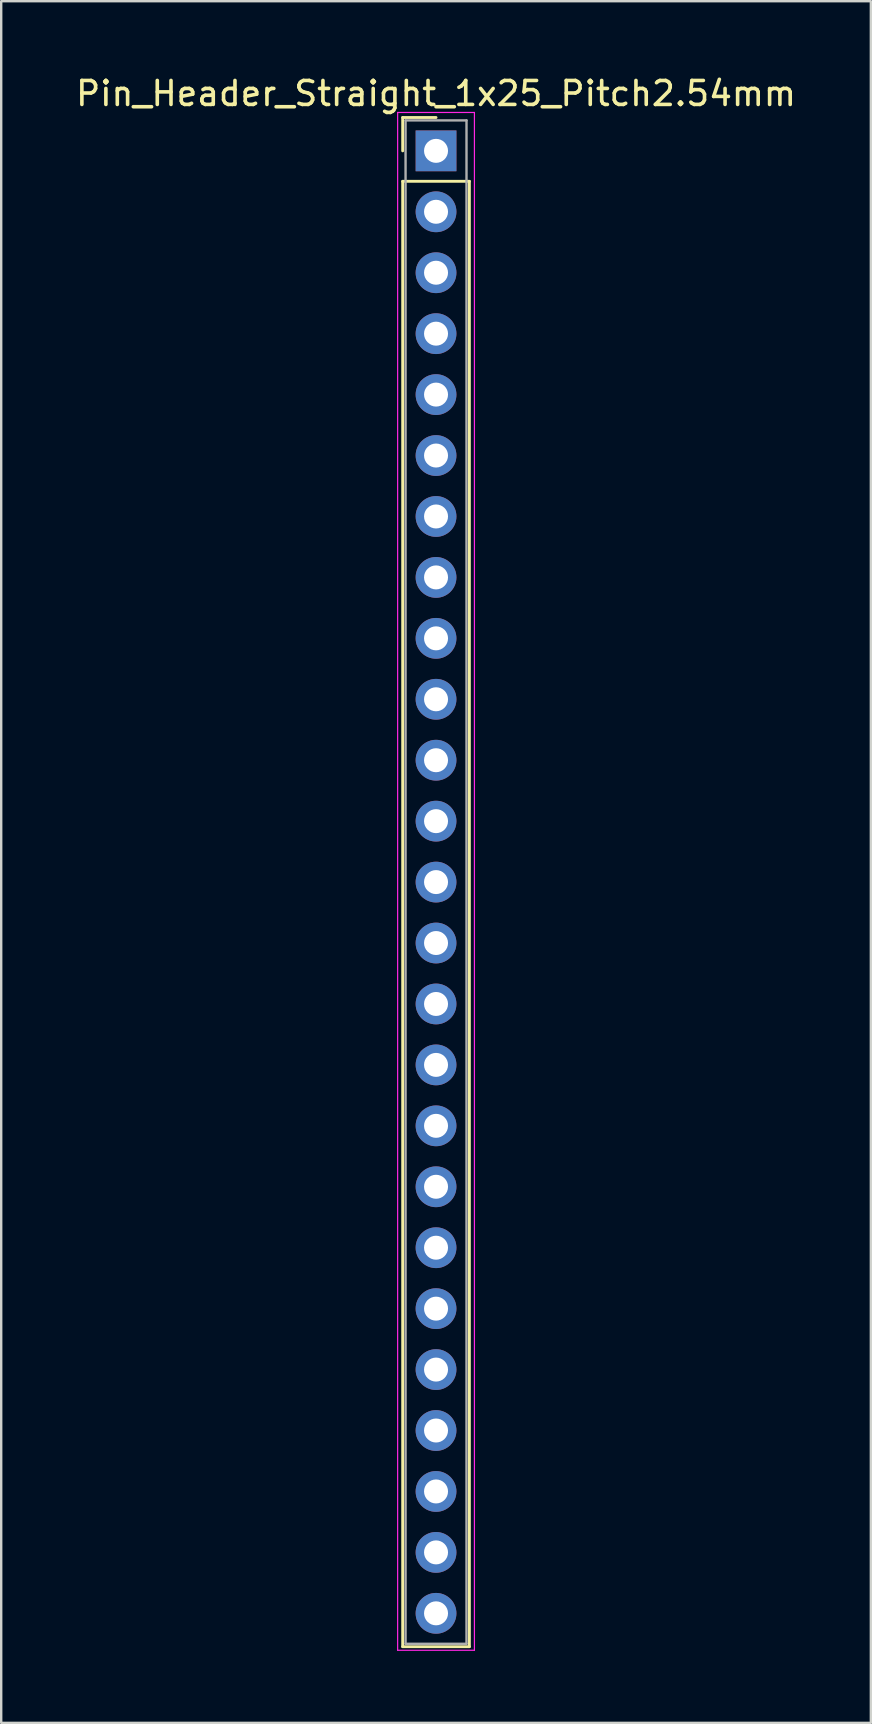
<source format=kicad_pcb>
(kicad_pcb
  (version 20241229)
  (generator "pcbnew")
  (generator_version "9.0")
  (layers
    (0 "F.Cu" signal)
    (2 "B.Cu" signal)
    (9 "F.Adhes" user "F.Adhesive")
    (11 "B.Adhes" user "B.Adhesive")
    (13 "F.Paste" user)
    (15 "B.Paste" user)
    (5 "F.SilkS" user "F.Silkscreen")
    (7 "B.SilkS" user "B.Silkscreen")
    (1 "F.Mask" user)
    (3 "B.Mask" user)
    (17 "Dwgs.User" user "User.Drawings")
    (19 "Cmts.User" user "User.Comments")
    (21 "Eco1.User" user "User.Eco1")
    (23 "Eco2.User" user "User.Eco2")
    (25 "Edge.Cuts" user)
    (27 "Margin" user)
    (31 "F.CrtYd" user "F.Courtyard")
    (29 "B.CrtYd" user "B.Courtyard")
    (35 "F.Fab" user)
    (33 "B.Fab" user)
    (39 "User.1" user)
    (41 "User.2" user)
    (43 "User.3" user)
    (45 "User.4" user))
  (footprint "Pin_Header_Straight_1x25_Pitch2.54mm"
    (layer "F.Cu")
    (at 15.125 3.238)
    (property "Reference" "Pin_Header_Straight_1x25_Pitch2.54mm" (at 0 -2.39 0) (layer "F.SilkS") (effects (font (size 1 1) (thickness 0.15))))
    (attr through_hole)
    (fp_line (start -1.39 -1.39) (end 0 -1.39) (stroke (width 0.12) (type solid)) (layer "F.SilkS"))
    (fp_line (start -1.39 0) (end -1.39 -1.39) (stroke (width 0.12) (type solid)) (layer "F.SilkS"))
    (fp_line (start -1.39 1.27) (end -1.39 62.35) (stroke (width 0.12) (type solid)) (layer "F.SilkS"))
    (fp_line (start -1.39 62.35) (end 1.39 62.35) (stroke (width 0.12) (type solid)) (layer "F.SilkS"))
    (fp_line (start 1.39 1.27) (end -1.39 1.27) (stroke (width 0.12) (type solid)) (layer "F.SilkS"))
    (fp_line (start 1.39 62.35) (end 1.39 1.27) (stroke (width 0.12) (type solid)) (layer "F.SilkS"))
    (fp_line (start -1.6 -1.6) (end -1.6 62.5) (stroke (width 0.05) (type solid)) (layer "F.CrtYd"))
    (fp_line (start -1.6 62.5) (end 1.6 62.5) (stroke (width 0.05) (type solid)) (layer "F.CrtYd"))
    (fp_line (start 1.6 -1.6) (end -1.6 -1.6) (stroke (width 0.05) (type solid)) (layer "F.CrtYd"))
    (fp_line (start 1.6 62.5) (end 1.6 -1.6) (stroke (width 0.05) (type solid)) (layer "F.CrtYd"))
    (fp_line (start -1.27 -1.27) (end -1.27 62.23) (stroke (width 0.1) (type solid)) (layer "F.Fab"))
    (fp_line (start -1.27 62.23) (end 1.27 62.23) (stroke (width 0.1) (type solid)) (layer "F.Fab"))
    (fp_line (start 1.27 -1.27) (end -1.27 -1.27) (stroke (width 0.1) (type solid)) (layer "F.Fab"))
    (fp_line (start 1.27 62.23) (end 1.27 -1.27) (stroke (width 0.1) (type solid)) (layer "F.Fab"))
    (pad "1" thru_hole rect (at 0 0) (size 1.7 1.7) (drill 1) (layers "*.Cu" "*.Mask"))
    (pad "2" thru_hole oval (at 0 2.54) (size 1.7 1.7) (drill 1) (layers "*.Cu" "*.Mask"))
    (pad "3" thru_hole oval (at 0 5.08) (size 1.7 1.7) (drill 1) (layers "*.Cu" "*.Mask"))
    (pad "4" thru_hole oval (at 0 7.62) (size 1.7 1.7) (drill 1) (layers "*.Cu" "*.Mask"))
    (pad "5" thru_hole oval (at 0 10.16) (size 1.7 1.7) (drill 1) (layers "*.Cu" "*.Mask"))
    (pad "6" thru_hole oval (at 0 12.7) (size 1.7 1.7) (drill 1) (layers "*.Cu" "*.Mask"))
    (pad "7" thru_hole oval (at 0 15.24) (size 1.7 1.7) (drill 1) (layers "*.Cu" "*.Mask"))
    (pad "8" thru_hole oval (at 0 17.78) (size 1.7 1.7) (drill 1) (layers "*.Cu" "*.Mask"))
    (pad "9" thru_hole oval (at 0 20.32) (size 1.7 1.7) (drill 1) (layers "*.Cu" "*.Mask"))
    (pad "10" thru_hole oval (at 0 22.86) (size 1.7 1.7) (drill 1) (layers "*.Cu" "*.Mask"))
    (pad "11" thru_hole oval (at 0 25.4) (size 1.7 1.7) (drill 1) (layers "*.Cu" "*.Mask"))
    (pad "12" thru_hole oval (at 0 27.94) (size 1.7 1.7) (drill 1) (layers "*.Cu" "*.Mask"))
    (pad "13" thru_hole oval (at 0 30.48) (size 1.7 1.7) (drill 1) (layers "*.Cu" "*.Mask"))
    (pad "14" thru_hole oval (at 0 33.02) (size 1.7 1.7) (drill 1) (layers "*.Cu" "*.Mask"))
    (pad "15" thru_hole oval (at 0 35.56) (size 1.7 1.7) (drill 1) (layers "*.Cu" "*.Mask"))
    (pad "16" thru_hole oval (at 0 38.1) (size 1.7 1.7) (drill 1) (layers "*.Cu" "*.Mask"))
    (pad "17" thru_hole oval (at 0 40.64) (size 1.7 1.7) (drill 1) (layers "*.Cu" "*.Mask"))
    (pad "18" thru_hole oval (at 0 43.18) (size 1.7 1.7) (drill 1) (layers "*.Cu" "*.Mask"))
    (pad "19" thru_hole oval (at 0 45.72) (size 1.7 1.7) (drill 1) (layers "*.Cu" "*.Mask"))
    (pad "20" thru_hole oval (at 0 48.26) (size 1.7 1.7) (drill 1) (layers "*.Cu" "*.Mask"))
    (pad "21" thru_hole oval (at 0 50.8) (size 1.7 1.7) (drill 1) (layers "*.Cu" "*.Mask"))
    (pad "22" thru_hole oval (at 0 53.34) (size 1.7 1.7) (drill 1) (layers "*.Cu" "*.Mask"))
    (pad "23" thru_hole oval (at 0 55.88) (size 1.7 1.7) (drill 1) (layers "*.Cu" "*.Mask"))
    (pad "24" thru_hole oval (at 0 58.42) (size 1.7 1.7) (drill 1) (layers "*.Cu" "*.Mask"))
    (pad "25" thru_hole oval (at 0 60.96) (size 1.7 1.7) (drill 1) (layers "*.Cu" "*.Mask")))
  (gr_rect
    (start -3 -3)
    (end 33.25 68.763)
    (stroke (width 0.1) (type default))
    (fill no)
    (layer "Edge.Cuts")))
</source>
